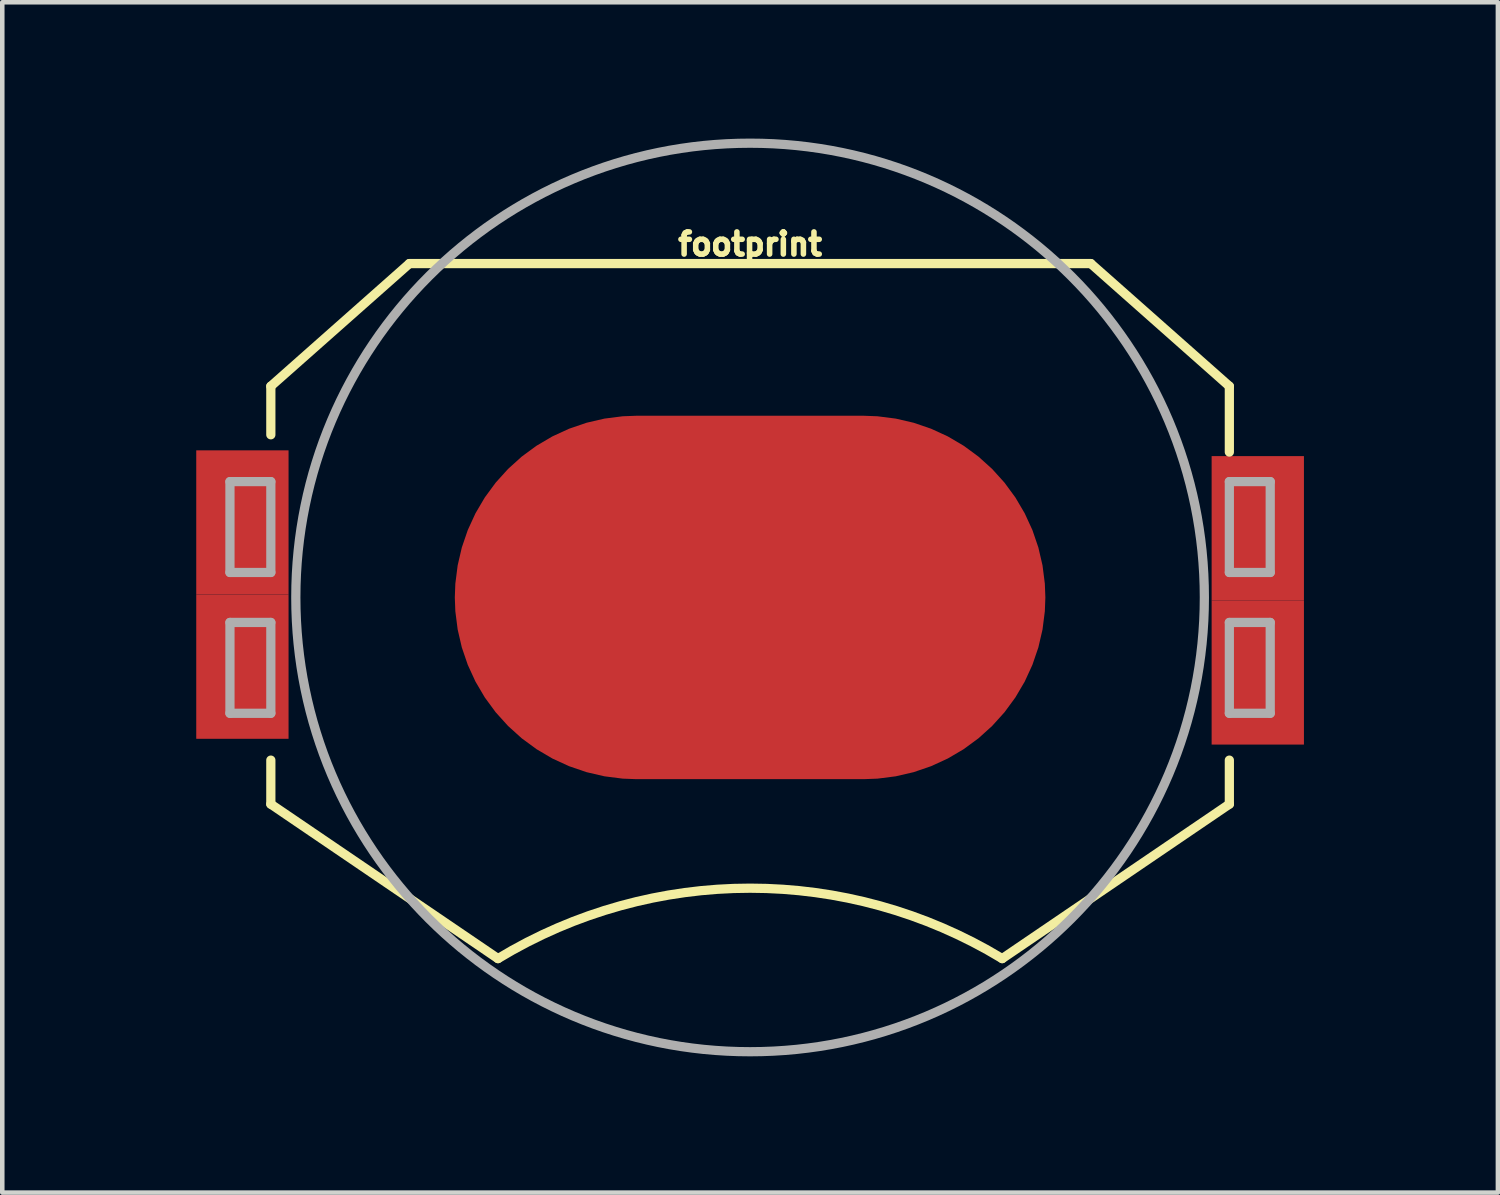
<source format=kicad_pcb>
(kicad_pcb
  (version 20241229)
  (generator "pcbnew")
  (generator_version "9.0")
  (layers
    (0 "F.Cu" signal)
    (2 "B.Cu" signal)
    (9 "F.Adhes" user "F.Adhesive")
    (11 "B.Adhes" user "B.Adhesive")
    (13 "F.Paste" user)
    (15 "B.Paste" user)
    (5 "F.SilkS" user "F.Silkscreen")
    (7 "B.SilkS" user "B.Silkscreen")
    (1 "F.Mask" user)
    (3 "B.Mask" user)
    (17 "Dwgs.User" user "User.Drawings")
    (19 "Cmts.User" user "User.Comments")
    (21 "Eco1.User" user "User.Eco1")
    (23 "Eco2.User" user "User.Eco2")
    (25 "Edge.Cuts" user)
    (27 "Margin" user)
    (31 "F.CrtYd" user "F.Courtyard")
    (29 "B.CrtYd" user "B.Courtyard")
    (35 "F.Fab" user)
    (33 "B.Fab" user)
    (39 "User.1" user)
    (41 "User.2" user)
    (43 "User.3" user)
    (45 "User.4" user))
  (footprint "footprint"
    (layer "F.Cu")
    (at 13.462 10.102)
    (property "Reference" "footprint" (at 0 -7.493 0) (layer "F.SilkS") (effects (font (size 0.488 0.488) (thickness 0.122)) (justify bottom)))
    (fp_line (start -10.55 -3.581) (end -10.55 -4.65) (stroke (width 0.203) (type solid)) (layer "F.SilkS"))
    (fp_line (start -10.55 4.55) (end -10.55 3.581) (stroke (width 0.203) (type solid)) (layer "F.SilkS"))
    (fp_line (start -7.5 -7.35) (end -10.55 -4.65) (stroke (width 0.203) (type solid)) (layer "F.SilkS"))
    (fp_line (start -7.5 -7.35) (end 7.5 -7.35) (stroke (width 0.203) (type solid)) (layer "F.SilkS"))
    (fp_line (start -5.55 7.95) (end -10.55 4.55) (stroke (width 0.203) (type solid)) (layer "F.SilkS"))
    (fp_line (start 7.5 -7.35) (end 10.55 -4.65) (stroke (width 0.203) (type solid)) (layer "F.SilkS"))
    (fp_line (start 10.55 -4.65) (end 10.55 -3.2) (stroke (width 0.203) (type solid)) (layer "F.SilkS"))
    (fp_line (start 10.55 4.55) (end 5.55 7.95) (stroke (width 0.203) (type solid)) (layer "F.SilkS"))
    (fp_line (start 10.55 4.55) (end 10.55 3.581) (stroke (width 0.203) (type solid)) (layer "F.SilkS"))
    (fp_arc (start -5.549999 7.949999) (mid 0.000001 6.400001) (end 5.55 7.95) (stroke (width 0.2032) (type solid)) (layer "F.SilkS"))
    (fp_poly (pts (xy -13.462 3.429) (xy -9.906 3.429) (xy -9.906 -3.683) (xy -13.462 -3.683)) (stroke (width 0) (type solid)) (fill yes) (layer "F.Paste"))
    (fp_poly (pts (xy -2 2) (xy 2 2) (xy 2 -2) (xy -2 -2)) (stroke (width 0) (type solid)) (fill yes) (layer "F.Paste"))
    (fp_poly (pts (xy 9.906 3.556) (xy 13.462 3.556) (xy 13.462 -3.556) (xy 9.906 -3.556)) (stroke (width 0) (type solid)) (fill yes) (layer "F.Paste"))
    (fp_line (start -11.45 -2.55) (end -10.55 -2.55) (stroke (width 0.203) (type solid)) (layer "F.Fab"))
    (fp_line (start -11.45 -0.55) (end -11.45 -2.55) (stroke (width 0.203) (type solid)) (layer "F.Fab"))
    (fp_line (start -11.45 0.55) (end -10.55 0.55) (stroke (width 0.203) (type solid)) (layer "F.Fab"))
    (fp_line (start -11.45 2.55) (end -11.45 0.55) (stroke (width 0.203) (type solid)) (layer "F.Fab"))
    (fp_line (start -10.55 -2.55) (end -10.55 -0.55) (stroke (width 0.203) (type solid)) (layer "F.Fab"))
    (fp_line (start -10.55 -0.55) (end -11.45 -0.55) (stroke (width 0.203) (type solid)) (layer "F.Fab"))
    (fp_line (start -10.55 0.55) (end -10.55 2.55) (stroke (width 0.203) (type solid)) (layer "F.Fab"))
    (fp_line (start -10.55 2.55) (end -11.45 2.55) (stroke (width 0.203) (type solid)) (layer "F.Fab"))
    (fp_line (start 10.55 -2.55) (end 10.55 -0.55) (stroke (width 0.203) (type solid)) (layer "F.Fab"))
    (fp_line (start 10.55 -2.55) (end 11.45 -2.55) (stroke (width 0.203) (type solid)) (layer "F.Fab"))
    (fp_line (start 10.55 0.55) (end 10.55 2.55) (stroke (width 0.203) (type solid)) (layer "F.Fab"))
    (fp_line (start 10.55 0.55) (end 11.45 0.55) (stroke (width 0.203) (type solid)) (layer "F.Fab"))
    (fp_line (start 11.45 -2.55) (end 11.45 -0.55) (stroke (width 0.203) (type solid)) (layer "F.Fab"))
    (fp_line (start 11.45 -0.55) (end 10.55 -0.55) (stroke (width 0.203) (type solid)) (layer "F.Fab"))
    (fp_line (start 11.45 0.55) (end 11.45 2.55) (stroke (width 0.203) (type solid)) (layer "F.Fab"))
    (fp_line (start 11.45 2.55) (end 10.55 2.55) (stroke (width 0.203) (type solid)) (layer "F.Fab"))
    (fp_circle (center 0 0) (end 10 0) (stroke (width 0.203) (type solid)) (fill no) (layer "F.Fab"))
    (pad "NEGATIVE" smd roundrect (at 0 0) (size 13 8) (layers "F.Cu" "F.Mask") (roundrect_rratio 0.5))
    (pad "POSITIVE@1" smd rect (at -11.176 -1.651 180) (size 2.032 3.175) (layers "F.Cu" "F.Mask"))
    (pad "POSITIVE@2" smd rect (at -11.176 1.524) (size 2.032 3.175) (layers "F.Cu" "F.Mask"))
    (pad "POSITIVE@3" smd rect (at 11.176 -1.524 180) (size 2.032 3.175) (layers "F.Cu" "F.Mask"))
    (pad "POSITIVE@4" smd rect (at 11.176 1.651) (size 2.032 3.175) (layers "F.Cu" "F.Mask")))
  (gr_rect
    (start -3 -3)
    (end 29.924 23.203)
    (stroke (width 0.1) (type default))
    (fill no)
    (layer "Edge.Cuts")))
</source>
